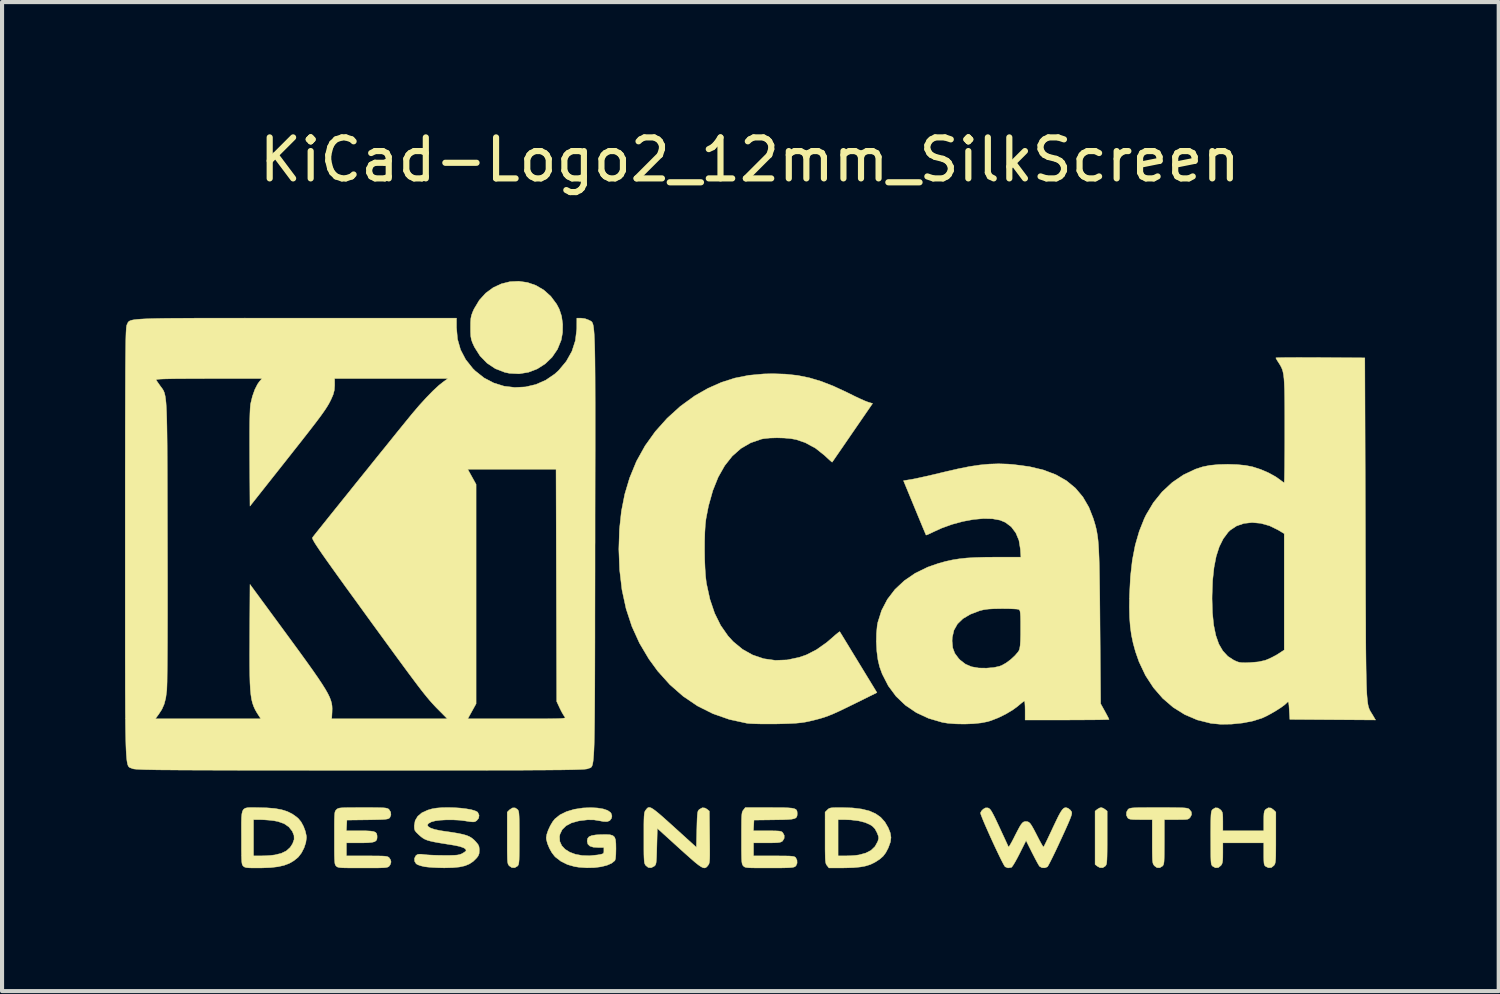
<source format=kicad_pcb>
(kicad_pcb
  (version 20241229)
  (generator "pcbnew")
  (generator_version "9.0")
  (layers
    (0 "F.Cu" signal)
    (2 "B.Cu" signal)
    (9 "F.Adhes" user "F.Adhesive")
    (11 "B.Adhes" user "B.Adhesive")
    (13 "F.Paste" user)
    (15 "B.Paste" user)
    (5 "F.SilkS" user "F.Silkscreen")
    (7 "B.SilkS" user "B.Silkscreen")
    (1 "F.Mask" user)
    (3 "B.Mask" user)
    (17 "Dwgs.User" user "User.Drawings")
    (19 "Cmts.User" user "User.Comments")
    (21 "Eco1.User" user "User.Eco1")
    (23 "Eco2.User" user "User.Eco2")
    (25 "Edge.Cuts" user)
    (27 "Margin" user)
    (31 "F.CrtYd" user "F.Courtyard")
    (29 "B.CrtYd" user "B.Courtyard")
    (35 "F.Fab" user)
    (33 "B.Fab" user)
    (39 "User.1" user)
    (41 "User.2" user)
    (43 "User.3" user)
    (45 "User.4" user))
  (footprint "KiCad-Logo2_12mm_SilkScreen"
    (layer "F.Cu")
    (at 15.245 9.738)
    (property "Reference" "KiCad-Logo2_12mm_SilkScreen" (at 0 -8.89 0) (layer "F.SilkS") (effects (font (size 1 1) (thickness 0.15))))
    (attr exclude_from_pos_files exclude_from_bom)
    (fp_poly (pts (xy 8.62 6.931) (xy 8.667 6.96) (xy 8.721 7.004) (xy 8.721 7.65) (xy 8.721 7.839) (xy 8.72 7.988) (xy 8.718 8.102) (xy 8.715 8.186) (xy 8.711 8.246) (xy 8.705 8.288) (xy 8.696 8.315) (xy 8.685 8.334) (xy 8.678 8.343) (xy 8.614 8.385) (xy 8.543 8.383) (xy 8.48 8.348) (xy 8.426 8.305) (xy 8.426 7.004) (xy 8.48 6.96) (xy 8.531 6.929) (xy 8.573 6.917) (xy 8.62 6.931)) (stroke (width 0.01) (type solid)) (fill yes) (layer "F.SilkS"))
    (fp_poly (pts (xy -5.669 6.962) (xy -5.656 6.978) (xy -5.645 6.997) (xy -5.637 7.027) (xy -5.632 7.071) (xy -5.628 7.135) (xy -5.625 7.225) (xy -5.624 7.346) (xy -5.623 7.502) (xy -5.623 7.654) (xy -5.624 7.843) (xy -5.624 7.991) (xy -5.626 8.105) (xy -5.628 8.189) (xy -5.633 8.248) (xy -5.639 8.289) (xy -5.647 8.316) (xy -5.658 8.334) (xy -5.669 8.346) (xy -5.735 8.385) (xy -5.806 8.382) (xy -5.869 8.339) (xy -5.883 8.322) (xy -5.895 8.302) (xy -5.903 8.275) (xy -5.91 8.234) (xy -5.914 8.174) (xy -5.916 8.089) (xy -5.918 7.975) (xy -5.918 7.826) (xy -5.918 7.657) (xy -5.918 7.028) (xy -5.863 6.973) (xy -5.794 6.926) (xy -5.727 6.924) (xy -5.669 6.962)) (stroke (width 0.01) (type solid)) (fill yes) (layer "F.SilkS"))
    (fp_poly (pts (xy -5.423 -5.895) (xy -5.218 -5.824) (xy -5.027 -5.712) (xy -4.856 -5.559) (xy -4.712 -5.366) (xy -4.648 -5.244) (xy -4.592 -5.073) (xy -4.565 -4.876) (xy -4.568 -4.674) (xy -4.601 -4.49) (xy -4.692 -4.266) (xy -4.824 -4.072) (xy -4.991 -3.911) (xy -5.185 -3.787) (xy -5.399 -3.705) (xy -5.628 -3.667) (xy -5.865 -3.679) (xy -5.981 -3.704) (xy -6.208 -3.792) (xy -6.41 -3.927) (xy -6.582 -4.104) (xy -6.718 -4.319) (xy -6.729 -4.343) (xy -6.769 -4.431) (xy -6.794 -4.505) (xy -6.808 -4.583) (xy -6.813 -4.684) (xy -6.814 -4.793) (xy -6.813 -4.925) (xy -6.806 -5.019) (xy -6.79 -5.096) (xy -6.762 -5.173) (xy -6.728 -5.249) (xy -6.599 -5.464) (xy -6.441 -5.638) (xy -6.259 -5.771) (xy -6.06 -5.863) (xy -5.85 -5.915) (xy -5.636 -5.925) (xy -5.423 -5.895)) (stroke (width 0.01) (type solid)) (fill yes) (layer "F.SilkS"))
    (fp_poly (pts (xy 10.175 6.917) (xy 10.334 6.918) (xy 10.456 6.92) (xy 10.549 6.922) (xy 10.616 6.926) (xy 10.662 6.932) (xy 10.693 6.94) (xy 10.713 6.949) (xy 10.723 6.957) (xy 10.775 7.022) (xy 10.781 7.09) (xy 10.749 7.152) (xy 10.728 7.176) (xy 10.706 7.193) (xy 10.674 7.204) (xy 10.623 7.209) (xy 10.545 7.211) (xy 10.431 7.212) (xy 10.409 7.212) (xy 10.116 7.212) (xy 10.116 7.756) (xy 10.115 7.928) (xy 10.114 8.06) (xy 10.112 8.158) (xy 10.109 8.228) (xy 10.103 8.277) (xy 10.095 8.308) (xy 10.084 8.33) (xy 10.07 8.346) (xy 10.004 8.386) (xy 9.935 8.383) (xy 9.872 8.337) (xy 9.868 8.331) (xy 9.853 8.31) (xy 9.841 8.285) (xy 9.833 8.251) (xy 9.827 8.2) (xy 9.824 8.128) (xy 9.822 8.028) (xy 9.821 7.894) (xy 9.821 7.742) (xy 9.821 7.212) (xy 9.541 7.212) (xy 9.421 7.211) (xy 9.337 7.208) (xy 9.283 7.201) (xy 9.249 7.19) (xy 9.226 7.173) (xy 9.223 7.17) (xy 9.19 7.104) (xy 9.193 7.028) (xy 9.231 6.962) (xy 9.246 6.95) (xy 9.265 6.94) (xy 9.293 6.932) (xy 9.335 6.926) (xy 9.397 6.922) (xy 9.483 6.919) (xy 9.598 6.918) (xy 9.748 6.917) (xy 9.937 6.917) (xy 9.977 6.917) (xy 10.175 6.917)) (stroke (width 0.01) (type solid)) (fill yes) (layer "F.SilkS"))
    (fp_poly (pts (xy 12.718 6.928) (xy 12.781 6.973) (xy 12.837 7.028) (xy 12.837 7.65) (xy 12.837 7.835) (xy 12.836 7.979) (xy 12.835 8.09) (xy 12.832 8.171) (xy 12.827 8.229) (xy 12.82 8.27) (xy 12.811 8.298) (xy 12.799 8.319) (xy 12.79 8.331) (xy 12.728 8.381) (xy 12.657 8.386) (xy 12.593 8.356) (xy 12.571 8.338) (xy 12.557 8.314) (xy 12.548 8.276) (xy 12.544 8.215) (xy 12.542 8.122) (xy 12.542 8.05) (xy 12.542 7.779) (xy 11.544 7.779) (xy 11.544 8.025) (xy 11.543 8.138) (xy 11.539 8.215) (xy 11.53 8.268) (xy 11.515 8.305) (xy 11.497 8.331) (xy 11.435 8.381) (xy 11.365 8.387) (xy 11.298 8.352) (xy 11.279 8.333) (xy 11.266 8.309) (xy 11.258 8.271) (xy 11.253 8.212) (xy 11.25 8.124) (xy 11.249 8) (xy 11.249 7.972) (xy 11.248 7.738) (xy 11.247 7.545) (xy 11.248 7.389) (xy 11.249 7.266) (xy 11.251 7.171) (xy 11.254 7.101) (xy 11.259 7.05) (xy 11.265 7.015) (xy 11.273 6.991) (xy 11.284 6.975) (xy 11.295 6.962) (xy 11.359 6.923) (xy 11.426 6.928) (xy 11.489 6.973) (xy 11.514 7.002) (xy 11.53 7.033) (xy 11.539 7.079) (xy 11.543 7.148) (xy 11.544 7.252) (xy 11.544 7.256) (xy 11.544 7.484) (xy 12.542 7.484) (xy 12.542 7.246) (xy 12.543 7.136) (xy 12.547 7.062) (xy 12.556 7.014) (xy 12.571 6.982) (xy 12.588 6.962) (xy 12.652 6.923) (xy 12.718 6.928)) (stroke (width 0.01) (type solid)) (fill yes) (layer "F.SilkS"))
    (fp_poly (pts (xy 2.251 6.918) (xy 2.51 6.926) (xy 2.73 6.953) (xy 2.916 6.999) (xy 3.069 7.066) (xy 3.195 7.155) (xy 3.297 7.269) (xy 3.378 7.408) (xy 3.38 7.412) (xy 3.429 7.537) (xy 3.446 7.647) (xy 3.432 7.758) (xy 3.386 7.885) (xy 3.378 7.905) (xy 3.319 8.018) (xy 3.253 8.105) (xy 3.168 8.179) (xy 3.052 8.253) (xy 3.045 8.257) (xy 2.944 8.306) (xy 2.83 8.342) (xy 2.695 8.367) (xy 2.532 8.383) (xy 2.335 8.389) (xy 2.265 8.39) (xy 1.932 8.391) (xy 1.885 8.331) (xy 1.871 8.312) (xy 1.86 8.289) (xy 1.852 8.257) (xy 1.846 8.211) (xy 1.842 8.145) (xy 1.841 8.096) (xy 2.155 8.096) (xy 2.344 8.096) (xy 2.454 8.093) (xy 2.568 8.085) (xy 2.661 8.073) (xy 2.666 8.072) (xy 2.831 8.027) (xy 2.959 7.961) (xy 3.055 7.869) (xy 3.121 7.749) (xy 3.132 7.717) (xy 3.144 7.667) (xy 3.139 7.618) (xy 3.115 7.553) (xy 3.101 7.521) (xy 3.054 7.435) (xy 2.997 7.375) (xy 2.935 7.334) (xy 2.811 7.28) (xy 2.651 7.24) (xy 2.466 7.218) (xy 2.331 7.213) (xy 2.155 7.212) (xy 2.155 8.096) (xy 1.841 8.096) (xy 1.84 8.054) (xy 1.838 7.932) (xy 1.838 7.774) (xy 1.838 7.65) (xy 1.838 7.028) (xy 1.894 6.973) (xy 1.918 6.95) (xy 1.945 6.935) (xy 1.982 6.925) (xy 2.039 6.92) (xy 2.123 6.918) (xy 2.244 6.918) (xy 2.251 6.918)) (stroke (width 0.01) (type solid)) (fill yes) (layer "F.SilkS"))
    (fp_poly (pts (xy -12.092 6.917) (xy -12.013 6.918) (xy -11.781 6.924) (xy -11.586 6.94) (xy -11.422 6.97) (xy -11.283 7.014) (xy -11.162 7.074) (xy -11.052 7.153) (xy -11.013 7.187) (xy -10.948 7.267) (xy -10.889 7.376) (xy -10.844 7.496) (xy -10.819 7.612) (xy -10.817 7.654) (xy -10.833 7.772) (xy -10.876 7.901) (xy -10.939 8.024) (xy -11.013 8.121) (xy -11.025 8.133) (xy -11.126 8.215) (xy -11.238 8.28) (xy -11.366 8.328) (xy -11.516 8.361) (xy -11.695 8.382) (xy -11.91 8.39) (xy -12.008 8.391) (xy -12.133 8.391) (xy -12.221 8.388) (xy -12.28 8.383) (xy -12.319 8.373) (xy -12.345 8.358) (xy -12.359 8.346) (xy -12.372 8.331) (xy -12.383 8.311) (xy -12.39 8.282) (xy -12.396 8.238) (xy -12.4 8.173) (xy -12.402 8.083) (xy -12.404 7.963) (xy -12.404 7.806) (xy -12.404 7.654) (xy -12.405 7.451) (xy -12.405 7.289) (xy -12.403 7.212) (xy -12.109 7.212) (xy -12.109 8.096) (xy -11.922 8.096) (xy -11.81 8.093) (xy -11.692 8.085) (xy -11.593 8.073) (xy -11.59 8.073) (xy -11.431 8.034) (xy -11.308 7.974) (xy -11.214 7.889) (xy -11.155 7.797) (xy -11.118 7.694) (xy -11.121 7.598) (xy -11.163 7.495) (xy -11.247 7.389) (xy -11.362 7.31) (xy -11.513 7.257) (xy -11.613 7.238) (xy -11.727 7.225) (xy -11.848 7.216) (xy -11.95 7.212) (xy -11.956 7.212) (xy -12.109 7.212) (xy -12.403 7.212) (xy -12.402 7.164) (xy -12.393 7.07) (xy -12.377 7.003) (xy -12.35 6.959) (xy -12.311 6.933) (xy -12.256 6.92) (xy -12.184 6.916) (xy -12.092 6.917)) (stroke (width 0.01) (type solid)) (fill yes) (layer "F.SilkS"))
    (fp_poly (pts (xy -2.407 6.926) (xy -2.359 6.954) (xy -2.298 6.999) (xy -2.218 7.064) (xy -2.117 7.151) (xy -1.992 7.263) (xy -1.84 7.4) (xy -1.666 7.558) (xy -1.303 7.887) (xy -1.292 7.445) (xy -1.288 7.293) (xy -1.284 7.18) (xy -1.279 7.099) (xy -1.273 7.044) (xy -1.264 7.008) (xy -1.252 6.985) (xy -1.236 6.968) (xy -1.227 6.96) (xy -1.158 6.922) (xy -1.092 6.928) (xy -1.039 6.96) (xy -0.986 7.004) (xy -0.979 7.636) (xy -0.977 7.823) (xy -0.976 7.969) (xy -0.976 8.08) (xy -0.978 8.163) (xy -0.982 8.222) (xy -0.988 8.263) (xy -0.996 8.292) (xy -1.008 8.313) (xy -1.02 8.33) (xy -1.047 8.362) (xy -1.074 8.383) (xy -1.105 8.391) (xy -1.143 8.384) (xy -1.192 8.359) (xy -1.256 8.315) (xy -1.339 8.249) (xy -1.443 8.158) (xy -1.574 8.042) (xy -1.723 7.908) (xy -2.256 7.424) (xy -2.267 7.864) (xy -2.271 8.016) (xy -2.275 8.129) (xy -2.28 8.21) (xy -2.286 8.265) (xy -2.295 8.301) (xy -2.307 8.324) (xy -2.323 8.341) (xy -2.332 8.348) (xy -2.406 8.386) (xy -2.476 8.38) (xy -2.537 8.331) (xy -2.551 8.312) (xy -2.562 8.289) (xy -2.571 8.257) (xy -2.576 8.211) (xy -2.58 8.145) (xy -2.583 8.053) (xy -2.584 7.931) (xy -2.584 7.772) (xy -2.584 7.654) (xy -2.584 7.47) (xy -2.584 7.326) (xy -2.582 7.216) (xy -2.579 7.135) (xy -2.574 7.078) (xy -2.568 7.038) (xy -2.558 7.01) (xy -2.546 6.989) (xy -2.537 6.977) (xy -2.515 6.949) (xy -2.494 6.927) (xy -2.471 6.915) (xy -2.443 6.914) (xy -2.407 6.926)) (stroke (width 0.01) (type solid)) (fill yes) (layer "F.SilkS"))
    (fp_poly (pts (xy -3.713 6.928) (xy -3.575 6.951) (xy -3.469 6.987) (xy -3.4 7.035) (xy -3.382 7.061) (xy -3.363 7.124) (xy -3.375 7.181) (xy -3.416 7.235) (xy -3.479 7.26) (xy -3.57 7.258) (xy -3.641 7.244) (xy -3.798 7.218) (xy -3.958 7.216) (xy -4.137 7.237) (xy -4.187 7.246) (xy -4.354 7.293) (xy -4.484 7.363) (xy -4.577 7.455) (xy -4.631 7.567) (xy -4.642 7.625) (xy -4.635 7.743) (xy -4.588 7.847) (xy -4.506 7.935) (xy -4.392 8.006) (xy -4.252 8.058) (xy -4.09 8.087) (xy -3.909 8.093) (xy -3.714 8.073) (xy -3.703 8.071) (xy -3.626 8.057) (xy -3.583 8.043) (xy -3.564 8.022) (xy -3.56 7.988) (xy -3.56 7.969) (xy -3.56 7.892) (xy -3.697 7.892) (xy -3.819 7.884) (xy -3.902 7.857) (xy -3.95 7.81) (xy -3.967 7.741) (xy -3.967 7.731) (xy -3.957 7.672) (xy -3.922 7.629) (xy -3.857 7.601) (xy -3.756 7.584) (xy -3.658 7.578) (xy -3.516 7.575) (xy -3.413 7.58) (xy -3.343 7.6) (xy -3.299 7.639) (xy -3.276 7.703) (xy -3.267 7.799) (xy -3.265 7.924) (xy -3.268 8.063) (xy -3.276 8.158) (xy -3.29 8.209) (xy -3.293 8.213) (xy -3.371 8.276) (xy -3.486 8.326) (xy -3.63 8.362) (xy -3.795 8.383) (xy -3.976 8.387) (xy -4.164 8.374) (xy -4.274 8.357) (xy -4.447 8.308) (xy -4.608 8.228) (xy -4.743 8.124) (xy -4.763 8.103) (xy -4.83 8.016) (xy -4.89 7.908) (xy -4.937 7.794) (xy -4.963 7.691) (xy -4.966 7.651) (xy -4.952 7.569) (xy -4.917 7.466) (xy -4.866 7.358) (xy -4.807 7.259) (xy -4.754 7.193) (xy -4.632 7.095) (xy -4.474 7.017) (xy -4.285 6.96) (xy -4.072 6.927) (xy -3.877 6.919) (xy -3.713 6.928)) (stroke (width 0.01) (type solid)) (fill yes) (layer "F.SilkS"))
    (fp_poly (pts (xy 0.668 6.918) (xy 0.821 6.919) (xy 0.939 6.924) (xy 1.025 6.931) (xy 1.085 6.944) (xy 1.124 6.961) (xy 1.146 6.986) (xy 1.155 7.017) (xy 1.158 7.058) (xy 1.158 7.062) (xy 1.156 7.108) (xy 1.146 7.143) (xy 1.124 7.169) (xy 1.084 7.188) (xy 1.02 7.201) (xy 0.929 7.209) (xy 0.804 7.214) (xy 0.64 7.216) (xy 0.589 7.217) (xy 0.103 7.223) (xy 0.096 7.354) (xy 0.089 7.484) (xy 0.427 7.484) (xy 0.559 7.485) (xy 0.653 7.487) (xy 0.717 7.491) (xy 0.759 7.499) (xy 0.786 7.511) (xy 0.805 7.529) (xy 0.805 7.529) (xy 0.841 7.596) (xy 0.839 7.669) (xy 0.802 7.731) (xy 0.795 7.738) (xy 0.769 7.754) (xy 0.733 7.766) (xy 0.68 7.773) (xy 0.602 7.777) (xy 0.49 7.779) (xy 0.418 7.779) (xy 0.092 7.779) (xy 0.092 8.096) (xy 0.587 8.096) (xy 0.751 8.097) (xy 0.875 8.098) (xy 0.966 8.1) (xy 1.029 8.105) (xy 1.071 8.111) (xy 1.098 8.121) (xy 1.116 8.133) (xy 1.12 8.138) (xy 1.152 8.201) (xy 1.155 8.273) (xy 1.128 8.336) (xy 1.107 8.356) (xy 1.085 8.367) (xy 1.051 8.376) (xy 1 8.382) (xy 0.926 8.386) (xy 0.823 8.389) (xy 0.687 8.391) (xy 0.513 8.391) (xy 0.473 8.391) (xy 0.295 8.391) (xy 0.157 8.39) (xy 0.053 8.389) (xy -0.022 8.386) (xy -0.074 8.381) (xy -0.109 8.374) (xy -0.131 8.364) (xy -0.148 8.351) (xy -0.157 8.342) (xy -0.171 8.325) (xy -0.181 8.304) (xy -0.189 8.275) (xy -0.195 8.23) (xy -0.199 8.165) (xy -0.201 8.075) (xy -0.203 7.954) (xy -0.203 7.797) (xy -0.203 7.664) (xy -0.203 7.479) (xy -0.202 7.333) (xy -0.201 7.222) (xy -0.198 7.14) (xy -0.193 7.081) (xy -0.187 7.04) (xy -0.178 7.012) (xy -0.166 6.99) (xy -0.156 6.977) (xy -0.109 6.917) (xy 0.474 6.917) (xy 0.668 6.918)) (stroke (width 0.01) (type solid)) (fill yes) (layer "F.SilkS"))
    (fp_poly (pts (xy -9.263 6.917) (xy -9.123 6.918) (xy -9.018 6.92) (xy -8.941 6.923) (xy -8.888 6.928) (xy -8.852 6.935) (xy -8.827 6.945) (xy -8.809 6.957) (xy -8.803 6.963) (xy -8.763 7.026) (xy -8.756 7.097) (xy -8.782 7.161) (xy -8.794 7.174) (xy -8.814 7.186) (xy -8.845 7.196) (xy -8.894 7.203) (xy -8.967 7.209) (xy -9.069 7.212) (xy -9.207 7.215) (xy -9.333 7.217) (xy -9.83 7.223) (xy -9.837 7.354) (xy -9.844 7.484) (xy -9.506 7.484) (xy -9.359 7.485) (xy -9.252 7.491) (xy -9.178 7.502) (xy -9.131 7.522) (xy -9.105 7.553) (xy -9.095 7.597) (xy -9.093 7.638) (xy -9.098 7.688) (xy -9.117 7.724) (xy -9.155 7.75) (xy -9.219 7.766) (xy -9.314 7.775) (xy -9.446 7.779) (xy -9.518 7.779) (xy -9.842 7.779) (xy -9.842 8.096) (xy -9.343 8.096) (xy -9.179 8.097) (xy -9.055 8.098) (xy -8.964 8.1) (xy -8.9 8.104) (xy -8.856 8.111) (xy -8.828 8.12) (xy -8.808 8.133) (xy -8.798 8.142) (xy -8.764 8.196) (xy -8.753 8.244) (xy -8.769 8.302) (xy -8.798 8.346) (xy -8.814 8.36) (xy -8.835 8.37) (xy -8.865 8.378) (xy -8.911 8.384) (xy -8.978 8.387) (xy -9.072 8.39) (xy -9.197 8.391) (xy -9.36 8.391) (xy -9.445 8.391) (xy -9.626 8.391) (xy -9.767 8.39) (xy -9.874 8.389) (xy -9.952 8.386) (xy -10.007 8.381) (xy -10.043 8.374) (xy -10.067 8.365) (xy -10.084 8.352) (xy -10.091 8.346) (xy -10.104 8.331) (xy -10.115 8.311) (xy -10.123 8.282) (xy -10.128 8.237) (xy -10.132 8.173) (xy -10.135 8.082) (xy -10.136 7.961) (xy -10.136 7.804) (xy -10.136 7.658) (xy -10.136 7.471) (xy -10.136 7.324) (xy -10.135 7.211) (xy -10.132 7.128) (xy -10.128 7.069) (xy -10.122 7.029) (xy -10.113 7.003) (xy -10.102 6.985) (xy -10.088 6.97) (xy -10.084 6.966) (xy -10.067 6.951) (xy -10.046 6.94) (xy -10.018 6.931) (xy -9.975 6.925) (xy -9.913 6.921) (xy -9.825 6.919) (xy -9.707 6.918) (xy -9.552 6.917) (xy -9.442 6.917) (xy -9.263 6.917)) (stroke (width 0.01) (type solid)) (fill yes) (layer "F.SilkS"))
    (fp_poly (pts (xy 7.728 6.921) (xy 7.767 6.935) (xy 7.769 6.936) (xy 7.822 6.977) (xy 7.852 7.019) (xy 7.857 7.038) (xy 7.857 7.064) (xy 7.849 7.102) (xy 7.831 7.155) (xy 7.802 7.228) (xy 7.76 7.326) (xy 7.703 7.454) (xy 7.629 7.616) (xy 7.588 7.705) (xy 7.515 7.863) (xy 7.446 8.009) (xy 7.384 8.136) (xy 7.332 8.24) (xy 7.292 8.316) (xy 7.268 8.357) (xy 7.263 8.363) (xy 7.2 8.388) (xy 7.13 8.385) (xy 7.074 8.354) (xy 7.071 8.352) (xy 7.049 8.318) (xy 7.011 8.251) (xy 6.963 8.161) (xy 6.909 8.056) (xy 6.889 8.017) (xy 6.742 7.723) (xy 6.582 8.043) (xy 6.525 8.153) (xy 6.472 8.249) (xy 6.427 8.323) (xy 6.395 8.368) (xy 6.384 8.377) (xy 6.301 8.39) (xy 6.232 8.363) (xy 6.211 8.334) (xy 6.176 8.27) (xy 6.129 8.178) (xy 6.073 8.063) (xy 6.01 7.931) (xy 5.944 7.79) (xy 5.878 7.645) (xy 5.814 7.502) (xy 5.755 7.369) (xy 5.704 7.25) (xy 5.665 7.153) (xy 5.639 7.084) (xy 5.63 7.048) (xy 5.63 7.047) (xy 5.652 7.002) (xy 5.696 6.957) (xy 5.699 6.955) (xy 5.753 6.924) (xy 5.804 6.924) (xy 5.823 6.93) (xy 5.846 6.943) (xy 5.87 6.967) (xy 5.899 7.009) (xy 5.935 7.074) (xy 5.982 7.165) (xy 6.041 7.29) (xy 6.095 7.405) (xy 6.156 7.538) (xy 6.212 7.658) (xy 6.258 7.758) (xy 6.292 7.832) (xy 6.311 7.874) (xy 6.313 7.881) (xy 6.326 7.87) (xy 6.354 7.825) (xy 6.395 7.753) (xy 6.444 7.659) (xy 6.463 7.62) (xy 6.53 7.49) (xy 6.581 7.394) (xy 6.621 7.329) (xy 6.654 7.289) (xy 6.685 7.267) (xy 6.717 7.258) (xy 6.738 7.257) (xy 6.776 7.261) (xy 6.808 7.274) (xy 6.841 7.304) (xy 6.877 7.355) (xy 6.922 7.433) (xy 6.981 7.545) (xy 7.013 7.608) (xy 7.065 7.709) (xy 7.11 7.792) (xy 7.145 7.852) (xy 7.165 7.88) (xy 7.168 7.881) (xy 7.181 7.859) (xy 7.21 7.801) (xy 7.252 7.715) (xy 7.304 7.605) (xy 7.364 7.478) (xy 7.393 7.415) (xy 7.47 7.253) (xy 7.531 7.127) (xy 7.581 7.036) (xy 7.623 6.973) (xy 7.659 6.936) (xy 7.693 6.92) (xy 7.728 6.921)) (stroke (width 0.01) (type solid)) (fill yes) (layer "F.SilkS"))
    (fp_poly (pts (xy -7.211 6.92) (xy -7.061 6.93) (xy -6.921 6.947) (xy -6.8 6.968) (xy -6.706 6.995) (xy -6.646 7.025) (xy -6.637 7.034) (xy -6.605 7.104) (xy -6.615 7.175) (xy -6.664 7.236) (xy -6.667 7.238) (xy -6.696 7.256) (xy -6.726 7.266) (xy -6.768 7.267) (xy -6.833 7.26) (xy -6.931 7.245) (xy -6.939 7.243) (xy -7.085 7.225) (xy -7.243 7.217) (xy -7.401 7.217) (xy -7.548 7.225) (xy -7.674 7.241) (xy -7.767 7.266) (xy -7.773 7.268) (xy -7.841 7.306) (xy -7.865 7.344) (xy -7.846 7.382) (xy -7.787 7.418) (xy -7.688 7.451) (xy -7.551 7.48) (xy -7.46 7.494) (xy -7.271 7.521) (xy -7.121 7.546) (xy -7.002 7.571) (xy -6.91 7.597) (xy -6.837 7.628) (xy -6.778 7.665) (xy -6.725 7.71) (xy -6.682 7.755) (xy -6.631 7.817) (xy -6.607 7.87) (xy -6.599 7.936) (xy -6.599 7.96) (xy -6.604 8.039) (xy -6.628 8.099) (xy -6.668 8.151) (xy -6.75 8.232) (xy -6.842 8.293) (xy -6.95 8.338) (xy -7.081 8.367) (xy -7.242 8.383) (xy -7.439 8.388) (xy -7.472 8.388) (xy -7.603 8.385) (xy -7.734 8.379) (xy -7.849 8.37) (xy -7.935 8.36) (xy -7.942 8.358) (xy -8.027 8.338) (xy -8.099 8.313) (xy -8.14 8.289) (xy -8.178 8.228) (xy -8.181 8.156) (xy -8.148 8.092) (xy -8.141 8.085) (xy -8.111 8.064) (xy -8.073 8.055) (xy -8.014 8.056) (xy -7.942 8.064) (xy -7.863 8.072) (xy -7.751 8.078) (xy -7.621 8.082) (xy -7.485 8.084) (xy -7.449 8.085) (xy -7.313 8.084) (xy -7.213 8.081) (xy -7.141 8.076) (xy -7.088 8.066) (xy -7.045 8.052) (xy -7.019 8.04) (xy -6.963 8.006) (xy -6.927 7.976) (xy -6.922 7.967) (xy -6.933 7.932) (xy -6.985 7.898) (xy -7.076 7.866) (xy -7.202 7.839) (xy -7.238 7.833) (xy -7.431 7.802) (xy -7.585 7.777) (xy -7.706 7.755) (xy -7.799 7.734) (xy -7.872 7.713) (xy -7.93 7.689) (xy -7.978 7.661) (xy -8.023 7.627) (xy -8.071 7.585) (xy -8.087 7.57) (xy -8.143 7.515) (xy -8.173 7.472) (xy -8.184 7.422) (xy -8.186 7.359) (xy -8.165 7.236) (xy -8.103 7.131) (xy -8.001 7.045) (xy -7.857 6.979) (xy -7.755 6.949) (xy -7.644 6.93) (xy -7.511 6.919) (xy -7.364 6.916) (xy -7.211 6.92)) (stroke (width 0.01) (type solid)) (fill yes) (layer "F.SilkS"))
    (fp_poly (pts (xy 0.875 -3.659) (xy 1.17 -3.627) (xy 1.455 -3.569) (xy 1.743 -3.483) (xy 2.045 -3.365) (xy 2.372 -3.213) (xy 2.431 -3.184) (xy 2.566 -3.117) (xy 2.694 -3.057) (xy 2.801 -3.009) (xy 2.876 -2.98) (xy 2.887 -2.976) (xy 2.997 -2.943) (xy 2.506 -2.23) (xy 2.386 -2.055) (xy 2.277 -1.896) (xy 2.181 -1.757) (xy 2.103 -1.644) (xy 2.047 -1.562) (xy 2.015 -1.517) (xy 2.01 -1.51) (xy 1.99 -1.525) (xy 1.939 -1.57) (xy 1.867 -1.636) (xy 1.827 -1.674) (xy 1.603 -1.852) (xy 1.351 -1.988) (xy 1.133 -2.062) (xy 1.003 -2.086) (xy 0.84 -2.1) (xy 0.663 -2.105) (xy 0.491 -2.1) (xy 0.345 -2.085) (xy 0.286 -2.074) (xy 0.022 -1.983) (xy -0.216 -1.845) (xy -0.427 -1.659) (xy -0.612 -1.425) (xy -0.771 -1.144) (xy -0.902 -0.817) (xy -1.007 -0.443) (xy -1.069 -0.123) (xy -1.085 0.018) (xy -1.096 0.201) (xy -1.102 0.412) (xy -1.103 0.637) (xy -1.1 0.865) (xy -1.091 1.081) (xy -1.078 1.273) (xy -1.06 1.428) (xy -1.056 1.452) (xy -0.972 1.836) (xy -0.857 2.176) (xy -0.71 2.473) (xy -0.531 2.729) (xy -0.404 2.868) (xy -0.176 3.056) (xy 0.073 3.195) (xy 0.341 3.285) (xy 0.623 3.325) (xy 0.913 3.314) (xy 1.209 3.251) (xy 1.384 3.19) (xy 1.626 3.066) (xy 1.876 2.89) (xy 2.016 2.77) (xy 2.094 2.701) (xy 2.156 2.651) (xy 2.191 2.626) (xy 2.195 2.625) (xy 2.211 2.65) (xy 2.252 2.716) (xy 2.314 2.818) (xy 2.394 2.949) (xy 2.488 3.104) (xy 2.594 3.277) (xy 2.653 3.374) (xy 3.103 4.112) (xy 2.541 4.39) (xy 2.338 4.489) (xy 2.174 4.568) (xy 2.038 4.629) (xy 1.921 4.677) (xy 1.812 4.716) (xy 1.701 4.749) (xy 1.579 4.781) (xy 1.461 4.809) (xy 1.357 4.831) (xy 1.248 4.847) (xy 1.123 4.859) (xy 0.972 4.867) (xy 0.783 4.873) (xy 0.655 4.876) (xy 0.474 4.877) (xy 0.3 4.877) (xy 0.144 4.873) (xy 0.02 4.868) (xy -0.063 4.861) (xy -0.068 4.86) (xy -0.497 4.767) (xy -0.9 4.626) (xy -1.276 4.438) (xy -1.626 4.201) (xy -1.95 3.917) (xy -2.247 3.586) (xy -2.462 3.291) (xy -2.691 2.905) (xy -2.876 2.498) (xy -3.018 2.066) (xy -3.118 1.605) (xy -3.176 1.113) (xy -3.195 0.614) (xy -3.18 0.131) (xy -3.132 -0.315) (xy -3.05 -0.731) (xy -2.932 -1.125) (xy -2.777 -1.503) (xy -2.759 -1.543) (xy -2.555 -1.91) (xy -2.305 -2.259) (xy -2.015 -2.583) (xy -1.693 -2.875) (xy -1.346 -3.127) (xy -1.022 -3.312) (xy -0.695 -3.457) (xy -0.368 -3.562) (xy -0.027 -3.63) (xy 0.34 -3.664) (xy 0.56 -3.669) (xy 0.875 -3.659)) (stroke (width 0.01) (type solid)) (fill yes) (layer "F.SilkS"))
    (fp_poly (pts (xy 13.611 -4.064) (xy 13.843 -4.063) (xy 13.922 -4.063) (xy 15.008 -4.056) (xy 15.022 0.109) (xy 15.023 0.674) (xy 15.025 1.187) (xy 15.026 1.65) (xy 15.028 2.067) (xy 15.03 2.44) (xy 15.031 2.772) (xy 15.033 3.064) (xy 15.036 3.321) (xy 15.039 3.544) (xy 15.043 3.737) (xy 15.047 3.901) (xy 15.052 4.04) (xy 15.058 4.157) (xy 15.066 4.253) (xy 15.074 4.331) (xy 15.083 4.395) (xy 15.094 4.447) (xy 15.107 4.489) (xy 15.12 4.524) (xy 15.136 4.555) (xy 15.153 4.585) (xy 15.172 4.615) (xy 15.193 4.649) (xy 15.198 4.657) (xy 15.27 4.78) (xy 14.224 4.773) (xy 13.178 4.766) (xy 13.164 4.536) (xy 13.157 4.426) (xy 13.149 4.362) (xy 13.139 4.337) (xy 13.123 4.342) (xy 13.11 4.356) (xy 13.052 4.41) (xy 12.959 4.478) (xy 12.842 4.553) (xy 12.715 4.627) (xy 12.592 4.692) (xy 12.498 4.735) (xy 12.276 4.805) (xy 12.022 4.854) (xy 11.754 4.881) (xy 11.491 4.885) (xy 11.252 4.862) (xy 11.248 4.861) (xy 10.92 4.779) (xy 10.614 4.648) (xy 10.331 4.471) (xy 10.075 4.251) (xy 9.849 3.99) (xy 9.655 3.692) (xy 9.498 3.36) (xy 9.412 3.114) (xy 9.355 2.907) (xy 9.313 2.708) (xy 9.285 2.503) (xy 9.268 2.28) (xy 9.262 2.027) (xy 9.265 1.821) (xy 11.28 1.821) (xy 11.29 2.167) (xy 11.32 2.464) (xy 11.372 2.717) (xy 11.445 2.926) (xy 11.543 3.094) (xy 11.664 3.225) (xy 11.805 3.317) (xy 11.878 3.352) (xy 11.941 3.373) (xy 12.011 3.382) (xy 12.106 3.383) (xy 12.208 3.379) (xy 12.409 3.362) (xy 12.568 3.327) (xy 12.618 3.309) (xy 12.732 3.258) (xy 12.852 3.194) (xy 12.905 3.161) (xy 13.041 3.072) (xy 13.041 0.233) (xy 12.891 0.143) (xy 12.682 0.041) (xy 12.468 -0.019) (xy 12.257 -0.038) (xy 12.057 -0.016) (xy 11.877 0.046) (xy 11.723 0.149) (xy 11.673 0.198) (xy 11.553 0.359) (xy 11.456 0.554) (xy 11.381 0.787) (xy 11.328 1.06) (xy 11.294 1.377) (xy 11.281 1.742) (xy 11.28 1.821) (xy 9.265 1.821) (xy 9.266 1.735) (xy 9.289 1.285) (xy 9.335 0.88) (xy 9.406 0.512) (xy 9.503 0.177) (xy 9.626 -0.132) (xy 9.67 -0.223) (xy 9.848 -0.522) (xy 10.062 -0.787) (xy 10.308 -1.015) (xy 10.581 -1.201) (xy 10.877 -1.341) (xy 11.053 -1.398) (xy 11.227 -1.433) (xy 11.436 -1.453) (xy 11.663 -1.459) (xy 11.89 -1.452) (xy 12.1 -1.431) (xy 12.268 -1.398) (xy 12.469 -1.333) (xy 12.663 -1.249) (xy 12.833 -1.155) (xy 12.924 -1.091) (xy 12.986 -1.044) (xy 13.03 -1.015) (xy 13.04 -1.011) (xy 13.043 -1.037) (xy 13.046 -1.113) (xy 13.048 -1.232) (xy 13.051 -1.391) (xy 13.052 -1.582) (xy 13.054 -1.801) (xy 13.055 -2.043) (xy 13.055 -2.29) (xy 13.055 -2.606) (xy 13.054 -2.872) (xy 13.052 -3.093) (xy 13.049 -3.276) (xy 13.043 -3.424) (xy 13.036 -3.543) (xy 13.025 -3.638) (xy 13.011 -3.713) (xy 12.993 -3.775) (xy 12.97 -3.828) (xy 12.943 -3.878) (xy 12.911 -3.929) (xy 12.907 -3.935) (xy 12.865 -4.001) (xy 12.84 -4.046) (xy 12.837 -4.056) (xy 12.863 -4.059) (xy 12.938 -4.061) (xy 13.056 -4.063) (xy 13.212 -4.064) (xy 13.399 -4.065) (xy 13.611 -4.064)) (stroke (width 0.01) (type solid)) (fill yes) (layer "F.SilkS"))
    (fp_poly (pts (xy 6.301 -1.464) (xy 6.436 -1.453) (xy 6.823 -1.402) (xy 7.166 -1.32) (xy 7.467 -1.206) (xy 7.726 -1.059) (xy 7.946 -0.878) (xy 8.128 -0.662) (xy 8.275 -0.41) (xy 8.382 -0.137) (xy 8.409 -0.049) (xy 8.433 0.032) (xy 8.453 0.113) (xy 8.47 0.196) (xy 8.485 0.288) (xy 8.498 0.391) (xy 8.508 0.511) (xy 8.516 0.651) (xy 8.523 0.817) (xy 8.529 1.012) (xy 8.533 1.242) (xy 8.537 1.509) (xy 8.541 1.82) (xy 8.544 2.178) (xy 8.546 2.458) (xy 8.562 4.384) (xy 8.665 4.569) (xy 8.713 4.658) (xy 8.749 4.727) (xy 8.766 4.764) (xy 8.767 4.767) (xy 8.741 4.77) (xy 8.666 4.772) (xy 8.548 4.775) (xy 8.394 4.777) (xy 8.209 4.778) (xy 7.999 4.779) (xy 7.77 4.78) (xy 7.743 4.78) (xy 6.719 4.78) (xy 6.719 4.547) (xy 6.717 4.443) (xy 6.712 4.362) (xy 6.706 4.319) (xy 6.703 4.315) (xy 6.676 4.332) (xy 6.62 4.376) (xy 6.547 4.437) (xy 6.546 4.439) (xy 6.413 4.537) (xy 6.246 4.636) (xy 6.063 4.726) (xy 5.883 4.796) (xy 5.804 4.82) (xy 5.646 4.851) (xy 5.452 4.871) (xy 5.241 4.879) (xy 5.029 4.875) (xy 4.834 4.86) (xy 4.698 4.838) (xy 4.363 4.74) (xy 4.063 4.6) (xy 3.797 4.42) (xy 3.569 4.202) (xy 3.38 3.947) (xy 3.232 3.658) (xy 3.168 3.482) (xy 3.128 3.312) (xy 3.101 3.107) (xy 3.089 2.886) (xy 3.089 2.854) (xy 4.937 2.854) (xy 4.952 3.018) (xy 5.003 3.154) (xy 5.097 3.28) (xy 5.133 3.317) (xy 5.262 3.417) (xy 5.411 3.481) (xy 5.589 3.512) (xy 5.777 3.515) (xy 5.955 3.5) (xy 6.091 3.47) (xy 6.15 3.448) (xy 6.257 3.387) (xy 6.37 3.303) (xy 6.473 3.207) (xy 6.55 3.116) (xy 6.571 3.082) (xy 6.586 3.035) (xy 6.598 2.96) (xy 6.605 2.851) (xy 6.609 2.699) (xy 6.609 2.554) (xy 6.609 2.386) (xy 6.607 2.264) (xy 6.602 2.181) (xy 6.595 2.128) (xy 6.583 2.099) (xy 6.567 2.084) (xy 6.562 2.082) (xy 6.518 2.074) (xy 6.431 2.069) (xy 6.312 2.064) (xy 6.175 2.063) (xy 6.145 2.063) (xy 5.961 2.066) (xy 5.819 2.074) (xy 5.707 2.09) (xy 5.613 2.113) (xy 5.382 2.201) (xy 5.201 2.308) (xy 5.068 2.437) (xy 4.982 2.59) (xy 4.941 2.768) (xy 4.937 2.854) (xy 3.089 2.854) (xy 3.092 2.67) (xy 3.11 2.476) (xy 3.125 2.397) (xy 3.217 2.106) (xy 3.357 1.838) (xy 3.542 1.596) (xy 3.77 1.382) (xy 4.037 1.199) (xy 4.343 1.05) (xy 4.602 0.96) (xy 4.775 0.912) (xy 4.941 0.875) (xy 5.11 0.848) (xy 5.293 0.828) (xy 5.501 0.816) (xy 5.744 0.809) (xy 5.964 0.807) (xy 6.616 0.806) (xy 6.603 0.61) (xy 6.568 0.397) (xy 6.492 0.215) (xy 6.38 0.066) (xy 6.234 -0.043) (xy 6.106 -0.096) (xy 5.922 -0.13) (xy 5.703 -0.135) (xy 5.46 -0.113) (xy 5.202 -0.065) (xy 4.939 0.006) (xy 4.683 0.098) (xy 4.497 0.183) (xy 4.407 0.226) (xy 4.339 0.257) (xy 4.304 0.268) (xy 4.302 0.268) (xy 4.29 0.242) (xy 4.26 0.171) (xy 4.215 0.064) (xy 4.158 -0.074) (xy 4.091 -0.235) (xy 4.023 -0.4) (xy 3.751 -1.059) (xy 3.944 -1.09) (xy 4.028 -1.106) (xy 4.154 -1.133) (xy 4.312 -1.168) (xy 4.49 -1.209) (xy 4.677 -1.254) (xy 4.752 -1.272) (xy 5.076 -1.347) (xy 5.359 -1.404) (xy 5.613 -1.442) (xy 5.847 -1.464) (xy 6.073 -1.471) (xy 6.301 -1.464)) (stroke (width 0.01) (type solid)) (fill yes) (layer "F.SilkS"))
    (fp_poly (pts (xy -11.847 -5.025) (xy -11.321 -5.025) (xy -11.076 -5.025) (xy -7.156 -5.025) (xy -7.156 -4.794) (xy -7.131 -4.513) (xy -7.057 -4.254) (xy -6.932 -4.015) (xy -6.756 -3.794) (xy -6.696 -3.735) (xy -6.482 -3.566) (xy -6.246 -3.443) (xy -5.995 -3.365) (xy -5.735 -3.334) (xy -5.475 -3.347) (xy -5.221 -3.406) (xy -4.98 -3.511) (xy -4.76 -3.661) (xy -4.661 -3.751) (xy -4.476 -3.973) (xy -4.34 -4.216) (xy -4.255 -4.479) (xy -4.222 -4.759) (xy -4.221 -4.786) (xy -4.22 -5.025) (xy -4.115 -5.025) (xy -4.021 -5.013) (xy -3.936 -4.982) (xy -3.931 -4.979) (xy -3.912 -4.969) (xy -3.894 -4.961) (xy -3.878 -4.953) (xy -3.863 -4.943) (xy -3.85 -4.928) (xy -3.838 -4.907) (xy -3.827 -4.876) (xy -3.817 -4.834) (xy -3.809 -4.778) (xy -3.802 -4.707) (xy -3.795 -4.617) (xy -3.79 -4.507) (xy -3.785 -4.374) (xy -3.781 -4.216) (xy -3.778 -4.031) (xy -3.776 -3.817) (xy -3.774 -3.571) (xy -3.773 -3.29) (xy -3.772 -2.974) (xy -3.772 -2.619) (xy -3.772 -2.223) (xy -3.772 -1.784) (xy -3.773 -1.3) (xy -3.774 -0.769) (xy -3.775 -0.187) (xy -3.775 0.446) (xy -3.776 0.524) (xy -3.776 1.161) (xy -3.777 1.747) (xy -3.778 2.282) (xy -3.778 2.769) (xy -3.779 3.211) (xy -3.78 3.609) (xy -3.781 3.967) (xy -3.783 4.285) (xy -3.785 4.568) (xy -3.787 4.815) (xy -3.79 5.031) (xy -3.793 5.217) (xy -3.797 5.376) (xy -3.802 5.509) (xy -3.808 5.62) (xy -3.815 5.709) (xy -3.822 5.781) (xy -3.831 5.836) (xy -3.84 5.877) (xy -3.851 5.906) (xy -3.863 5.926) (xy -3.877 5.939) (xy -3.892 5.948) (xy -3.908 5.953) (xy -3.926 5.958) (xy -3.946 5.965) (xy -3.95 5.968) (xy -3.965 5.973) (xy -3.991 5.977) (xy -4.028 5.981) (xy -4.08 5.985) (xy -4.148 5.988) (xy -4.236 5.991) (xy -4.344 5.994) (xy -4.476 5.996) (xy -4.633 5.999) (xy -4.818 6) (xy -5.033 6.002) (xy -5.28 6.003) (xy -5.561 6.005) (xy -5.878 6.006) (xy -6.234 6.006) (xy -6.631 6.007) (xy -7.071 6.007) (xy -7.556 6.008) (xy -8.088 6.008) (xy -8.67 6.008) (xy -9.303 6.008) (xy -9.509 6.008) (xy -10.156 6.008) (xy -10.752 6.008) (xy -11.297 6.007) (xy -11.794 6.007) (xy -12.245 6.007) (xy -12.653 6.006) (xy -13.02 6.005) (xy -13.347 6.004) (xy -13.638 6.003) (xy -13.894 6.002) (xy -14.117 6) (xy -14.31 5.999) (xy -14.476 5.997) (xy -14.615 5.994) (xy -14.731 5.992) (xy -14.826 5.989) (xy -14.901 5.985) (xy -14.96 5.982) (xy -15.003 5.978) (xy -15.035 5.974) (xy -15.056 5.969) (xy -15.067 5.965) (xy -15.088 5.956) (xy -15.107 5.95) (xy -15.124 5.943) (xy -15.139 5.935) (xy -15.154 5.921) (xy -15.166 5.902) (xy -15.178 5.873) (xy -15.188 5.832) (xy -15.197 5.779) (xy -15.205 5.709) (xy -15.212 5.622) (xy -15.218 5.514) (xy -15.223 5.383) (xy -15.227 5.228) (xy -15.231 5.045) (xy -15.234 4.834) (xy -15.234 4.752) (xy -14.505 4.752) (xy -11.929 4.752) (xy -11.979 4.677) (xy -12.028 4.6) (xy -12.07 4.526) (xy -12.104 4.452) (xy -12.133 4.37) (xy -12.156 4.277) (xy -12.173 4.166) (xy -12.186 4.034) (xy -12.195 3.875) (xy -12.2 3.683) (xy -12.203 3.454) (xy -12.204 3.182) (xy -12.202 2.863) (xy -12.202 2.744) (xy -12.195 1.472) (xy -11.389 2.569) (xy -11.161 2.88) (xy -10.963 3.151) (xy -10.794 3.385) (xy -10.65 3.587) (xy -10.531 3.759) (xy -10.434 3.905) (xy -10.357 4.028) (xy -10.297 4.133) (xy -10.253 4.223) (xy -10.223 4.302) (xy -10.203 4.372) (xy -10.193 4.439) (xy -10.19 4.504) (xy -10.192 4.573) (xy -10.192 4.581) (xy -10.201 4.752) (xy -8.789 4.752) (xy -7.378 4.752) (xy -7.588 4.54) (xy -7.645 4.483) (xy -7.699 4.426) (xy -7.752 4.368) (xy -7.807 4.306) (xy -7.867 4.235) (xy -7.933 4.154) (xy -8.008 4.059) (xy -8.094 3.947) (xy -8.194 3.814) (xy -8.31 3.659) (xy -8.445 3.476) (xy -8.6 3.265) (xy -8.779 3.02) (xy -8.983 2.74) (xy -9.215 2.422) (xy -9.405 2.16) (xy -9.643 1.831) (xy -9.852 1.544) (xy -10.031 1.295) (xy -10.184 1.082) (xy -10.312 0.902) (xy -10.417 0.753) (xy -10.501 0.631) (xy -10.566 0.534) (xy -10.614 0.46) (xy -10.646 0.404) (xy -10.665 0.366) (xy -10.673 0.342) (xy -10.67 0.329) (xy -10.644 0.295) (xy -10.587 0.222) (xy -10.502 0.116) (xy -10.393 -0.02) (xy -10.264 -0.181) (xy -10.118 -0.363) (xy -9.958 -0.562) (xy -9.788 -0.773) (xy -9.612 -0.993) (xy -9.432 -1.216) (xy -9.333 -1.338) (xy -6.882 -1.338) (xy -6.678 -0.97) (xy -6.678 4.384) (xy -6.882 4.752) (xy -5.676 4.752) (xy -5.388 4.752) (xy -5.151 4.752) (xy -4.958 4.751) (xy -4.807 4.749) (xy -4.693 4.747) (xy -4.61 4.744) (xy -4.554 4.739) (xy -4.521 4.733) (xy -4.507 4.725) (xy -4.506 4.715) (xy -4.515 4.704) (xy -4.515 4.704) (xy -4.549 4.654) (xy -4.595 4.573) (xy -4.635 4.492) (xy -4.711 4.329) (xy -4.719 1.495) (xy -4.727 -1.338) (xy -6.882 -1.338) (xy -9.333 -1.338) (xy -9.253 -1.438) (xy -9.078 -1.656) (xy -8.909 -1.864) (xy -8.752 -2.059) (xy -8.609 -2.237) (xy -8.483 -2.392) (xy -8.378 -2.521) (xy -8.298 -2.619) (xy -8.251 -2.677) (xy -8.069 -2.891) (xy -7.893 -3.084) (xy -7.731 -3.25) (xy -7.588 -3.383) (xy -7.486 -3.464) (xy -7.366 -3.551) (xy -10.13 -3.551) (xy -10.129 -3.388) (xy -10.137 -3.269) (xy -10.166 -3.159) (xy -10.211 -3.054) (xy -10.24 -2.995) (xy -10.271 -2.936) (xy -10.308 -2.874) (xy -10.352 -2.805) (xy -10.408 -2.724) (xy -10.476 -2.629) (xy -10.562 -2.514) (xy -10.667 -2.377) (xy -10.794 -2.213) (xy -10.946 -2.019) (xy -11.127 -1.79) (xy -11.338 -1.522) (xy -11.362 -1.492) (xy -12.195 -0.439) (xy -12.203 -1.605) (xy -12.204 -1.955) (xy -12.204 -2.251) (xy -12.202 -2.494) (xy -12.197 -2.686) (xy -12.191 -2.826) (xy -12.183 -2.917) (xy -12.18 -2.935) (xy -12.136 -3.117) (xy -12.078 -3.281) (xy -12.011 -3.413) (xy -11.972 -3.469) (xy -11.903 -3.551) (xy -13.204 -3.551) (xy -13.515 -3.55) (xy -13.774 -3.549) (xy -13.987 -3.548) (xy -14.156 -3.545) (xy -14.286 -3.542) (xy -14.38 -3.538) (xy -14.442 -3.533) (xy -14.476 -3.526) (xy -14.486 -3.518) (xy -14.485 -3.516) (xy -14.458 -3.475) (xy -14.412 -3.409) (xy -14.388 -3.375) (xy -14.363 -3.342) (xy -14.341 -3.312) (xy -14.321 -3.283) (xy -14.304 -3.252) (xy -14.288 -3.215) (xy -14.275 -3.17) (xy -14.263 -3.114) (xy -14.253 -3.043) (xy -14.244 -2.956) (xy -14.237 -2.849) (xy -14.231 -2.719) (xy -14.226 -2.563) (xy -14.222 -2.379) (xy -14.219 -2.162) (xy -14.216 -1.912) (xy -14.215 -1.623) (xy -14.213 -1.295) (xy -14.212 -0.922) (xy -14.211 -0.504) (xy -14.21 -0.036) (xy -14.209 0.393) (xy -14.208 0.872) (xy -14.207 1.329) (xy -14.207 1.761) (xy -14.207 2.166) (xy -14.208 2.539) (xy -14.209 2.879) (xy -14.211 3.182) (xy -14.213 3.446) (xy -14.216 3.668) (xy -14.218 3.844) (xy -14.222 3.971) (xy -14.225 4.048) (xy -14.226 4.056) (xy -14.25 4.242) (xy -14.288 4.391) (xy -14.345 4.521) (xy -14.428 4.649) (xy -14.439 4.663) (xy -14.505 4.752) (xy -15.234 4.752) (xy -15.236 4.59) (xy -15.237 4.313) (xy -15.239 3.999) (xy -15.239 3.648) (xy -15.24 3.255) (xy -15.24 2.82) (xy -15.24 2.339) (xy -15.24 1.811) (xy -15.24 1.234) (xy -15.24 0.604) (xy -15.24 0.479) (xy -15.24 -0.157) (xy -15.24 -0.741) (xy -15.24 -1.274) (xy -15.239 -1.76) (xy -15.239 -2.2) (xy -15.238 -2.597) (xy -15.237 -2.952) (xy -15.236 -3.269) (xy -15.235 -3.549) (xy -15.234 -3.794) (xy -15.232 -4.008) (xy -15.23 -4.191) (xy -15.228 -4.346) (xy -15.226 -4.477) (xy -15.223 -4.583) (xy -15.22 -4.669) (xy -15.216 -4.736) (xy -15.213 -4.787) (xy -15.208 -4.823) (xy -15.204 -4.848) (xy -15.199 -4.862) (xy -15.199 -4.862) (xy -15.188 -4.885) (xy -15.18 -4.905) (xy -15.17 -4.923) (xy -15.157 -4.939) (xy -15.138 -4.953) (xy -15.11 -4.966) (xy -15.071 -4.977) (xy -15.017 -4.987) (xy -14.947 -4.995) (xy -14.858 -5.002) (xy -14.746 -5.008) (xy -14.61 -5.013) (xy -14.447 -5.017) (xy -14.254 -5.02) (xy -14.029 -5.022) (xy -13.768 -5.023) (xy -13.47 -5.025) (xy -13.131 -5.025) (xy -12.75 -5.025) (xy -12.323 -5.026) (xy -11.847 -5.025)) (stroke (width 0.01) (type solid)) (fill yes) (layer "F.SilkS")))
  (gr_rect
    (start -3 -3)
    (end 33.52 21.134)
    (stroke (width 0.1) (type default))
    (fill no)
    (layer "Edge.Cuts")))
</source>
